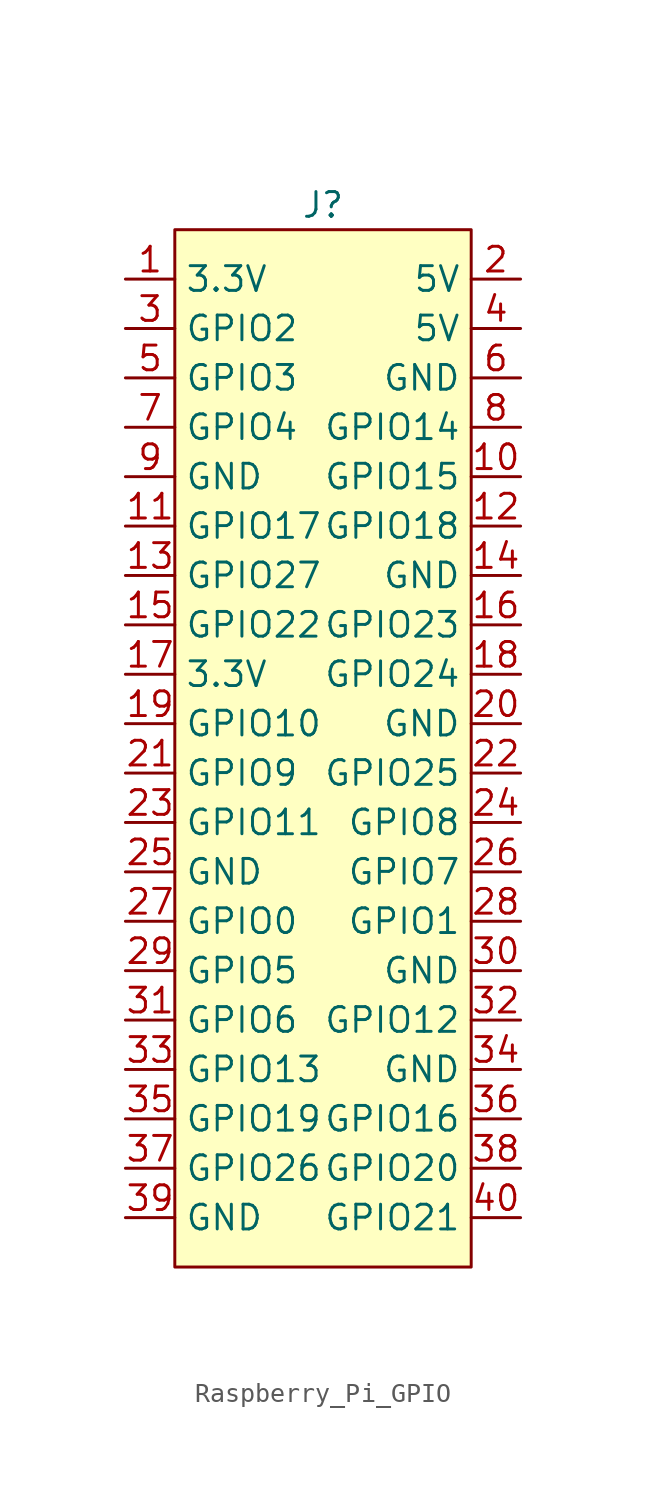
<source format=kicad_sym>
(kicad_symbol_lib
  (version 20231120)
  (generator "kicad_symbol_editor")
  (generator_version "8.0")
  (symbol "Raspberry_Pi_GPIO"
    (property "Reference" "J"
      (at 0 27.94 0)
      (effects (font (size 1.27 1.27))))
    (property "Value" ""
      (at 0 27.94 0)
      (effects (font (size 1.27 1.27))))
    (symbol "Raspberry_Pi_GPIO_0_1"
      (rectangle (start -7.62 26.67) (end 7.62 -26.67) (stroke (width 0) (type default)) (fill (type background))))
    (symbol "Raspberry_Pi_GPIO_1_1"
      (pin passive line (at -10.16 24.13 0) (length 2.54) (name "3.3V" (effects (font (size 1.27 1.27)))) (number "1" (effects (font (size 1.27 1.27)))))
      (pin passive line (at 10.16 13.97 180) (length 2.54) (name "GPIO15" (effects (font (size 1.27 1.27)))) (number "10" (effects (font (size 1.27 1.27)))))
      (pin passive line (at -10.16 11.43 0) (length 2.54) (name "GPIO17" (effects (font (size 1.27 1.27)))) (number "11" (effects (font (size 1.27 1.27)))))
      (pin passive line (at 10.16 11.43 180) (length 2.54) (name "GPIO18" (effects (font (size 1.27 1.27)))) (number "12" (effects (font (size 1.27 1.27)))))
      (pin passive line (at -10.16 8.89 0) (length 2.54) (name "GPIO27" (effects (font (size 1.27 1.27)))) (number "13" (effects (font (size 1.27 1.27)))))
      (pin passive line (at 10.16 8.89 180) (length 2.54) (name "GND" (effects (font (size 1.27 1.27)))) (number "14" (effects (font (size 1.27 1.27)))))
      (pin passive line (at -10.16 6.35 0) (length 2.54) (name "GPIO22" (effects (font (size 1.27 1.27)))) (number "15" (effects (font (size 1.27 1.27)))))
      (pin passive line (at 10.16 6.35 180) (length 2.54) (name "GPIO23" (effects (font (size 1.27 1.27)))) (number "16" (effects (font (size 1.27 1.27)))))
      (pin passive line (at -10.16 3.81 0) (length 2.54) (name "3.3V" (effects (font (size 1.27 1.27)))) (number "17" (effects (font (size 1.27 1.27)))))
      (pin passive line (at 10.16 3.81 180) (length 2.54) (name "GPIO24" (effects (font (size 1.27 1.27)))) (number "18" (effects (font (size 1.27 1.27)))))
      (pin passive line (at -10.16 1.27 0) (length 2.54) (name "GPIO10" (effects (font (size 1.27 1.27)))) (number "19" (effects (font (size 1.27 1.27)))))
      (pin passive line (at 10.16 24.13 180) (length 2.54) (name "5V" (effects (font (size 1.27 1.27)))) (number "2" (effects (font (size 1.27 1.27)))))
      (pin passive line (at 10.16 1.27 180) (length 2.54) (name "GND" (effects (font (size 1.27 1.27)))) (number "20" (effects (font (size 1.27 1.27)))))
      (pin passive line (at -10.16 -1.27 0) (length 2.54) (name "GPIO9" (effects (font (size 1.27 1.27)))) (number "21" (effects (font (size 1.27 1.27)))))
      (pin passive line (at 10.16 -1.27 180) (length 2.54) (name "GPIO25" (effects (font (size 1.27 1.27)))) (number "22" (effects (font (size 1.27 1.27)))))
      (pin passive line (at -10.16 -3.81 0) (length 2.54) (name "GPIO11" (effects (font (size 1.27 1.27)))) (number "23" (effects (font (size 1.27 1.27)))))
      (pin passive line (at 10.16 -3.81 180) (length 2.54) (name "GPIO8" (effects (font (size 1.27 1.27)))) (number "24" (effects (font (size 1.27 1.27)))))
      (pin passive line (at -10.16 -6.35 0) (length 2.54) (name "GND" (effects (font (size 1.27 1.27)))) (number "25" (effects (font (size 1.27 1.27)))))
      (pin passive line (at 10.16 -6.35 180) (length 2.54) (name "GPIO7" (effects (font (size 1.27 1.27)))) (number "26" (effects (font (size 1.27 1.27)))))
      (pin passive line (at -10.16 -8.89 0) (length 2.54) (name "GPIO0" (effects (font (size 1.27 1.27)))) (number "27" (effects (font (size 1.27 1.27)))))
      (pin passive line (at 10.16 -8.89 180) (length 2.54) (name "GPIO1" (effects (font (size 1.27 1.27)))) (number "28" (effects (font (size 1.27 1.27)))))
      (pin passive line (at -10.16 -11.43 0) (length 2.54) (name "GPIO5" (effects (font (size 1.27 1.27)))) (number "29" (effects (font (size 1.27 1.27)))))
      (pin passive line (at -10.16 21.59 0) (length 2.54) (name "GPIO2" (effects (font (size 1.27 1.27)))) (number "3" (effects (font (size 1.27 1.27)))))
      (pin passive line (at 10.16 -11.43 180) (length 2.54) (name "GND" (effects (font (size 1.27 1.27)))) (number "30" (effects (font (size 1.27 1.27)))))
      (pin passive line (at -10.16 -13.97 0) (length 2.54) (name "GPIO6" (effects (font (size 1.27 1.27)))) (number "31" (effects (font (size 1.27 1.27)))))
      (pin passive line (at 10.16 -13.97 180) (length 2.54) (name "GPIO12" (effects (font (size 1.27 1.27)))) (number "32" (effects (font (size 1.27 1.27)))))
      (pin passive line (at -10.16 -16.51 0) (length 2.54) (name "GPIO13" (effects (font (size 1.27 1.27)))) (number "33" (effects (font (size 1.27 1.27)))))
      (pin passive line (at 10.16 -16.51 180) (length 2.54) (name "GND" (effects (font (size 1.27 1.27)))) (number "34" (effects (font (size 1.27 1.27)))))
      (pin passive line (at -10.16 -19.05 0) (length 2.54) (name "GPIO19" (effects (font (size 1.27 1.27)))) (number "35" (effects (font (size 1.27 1.27)))))
      (pin passive line (at 10.16 -19.05 180) (length 2.54) (name "GPIO16" (effects (font (size 1.27 1.27)))) (number "36" (effects (font (size 1.27 1.27)))))
      (pin passive line (at -10.16 -21.59 0) (length 2.54) (name "GPIO26" (effects (font (size 1.27 1.27)))) (number "37" (effects (font (size 1.27 1.27)))))
      (pin passive line (at 10.16 -21.59 180) (length 2.54) (name "GPIO20" (effects (font (size 1.27 1.27)))) (number "38" (effects (font (size 1.27 1.27)))))
      (pin passive line (at -10.16 -24.13 0) (length 2.54) (name "GND" (effects (font (size 1.27 1.27)))) (number "39" (effects (font (size 1.27 1.27)))))
      (pin passive line (at 10.16 21.59 180) (length 2.54) (name "5V" (effects (font (size 1.27 1.27)))) (number "4" (effects (font (size 1.27 1.27)))))
      (pin passive line (at 10.16 -24.13 180) (length 2.54) (name "GPIO21" (effects (font (size 1.27 1.27)))) (number "40" (effects (font (size 1.27 1.27)))))
      (pin passive line (at -10.16 19.05 0) (length 2.54) (name "GPIO3" (effects (font (size 1.27 1.27)))) (number "5" (effects (font (size 1.27 1.27)))))
      (pin passive line (at 10.16 19.05 180) (length 2.54) (name "GND" (effects (font (size 1.27 1.27)))) (number "6" (effects (font (size 1.27 1.27)))))
      (pin passive line (at -10.16 16.51 0) (length 2.54) (name "GPIO4" (effects (font (size 1.27 1.27)))) (number "7" (effects (font (size 1.27 1.27)))))
      (pin passive line (at 10.16 16.51 180) (length 2.54) (name "GPIO14" (effects (font (size 1.27 1.27)))) (number "8" (effects (font (size 1.27 1.27)))))
      (pin passive line (at -10.16 13.97 0) (length 2.54) (name "GND" (effects (font (size 1.27 1.27)))) (number "9" (effects (font (size 1.27 1.27))))))))
</source>
